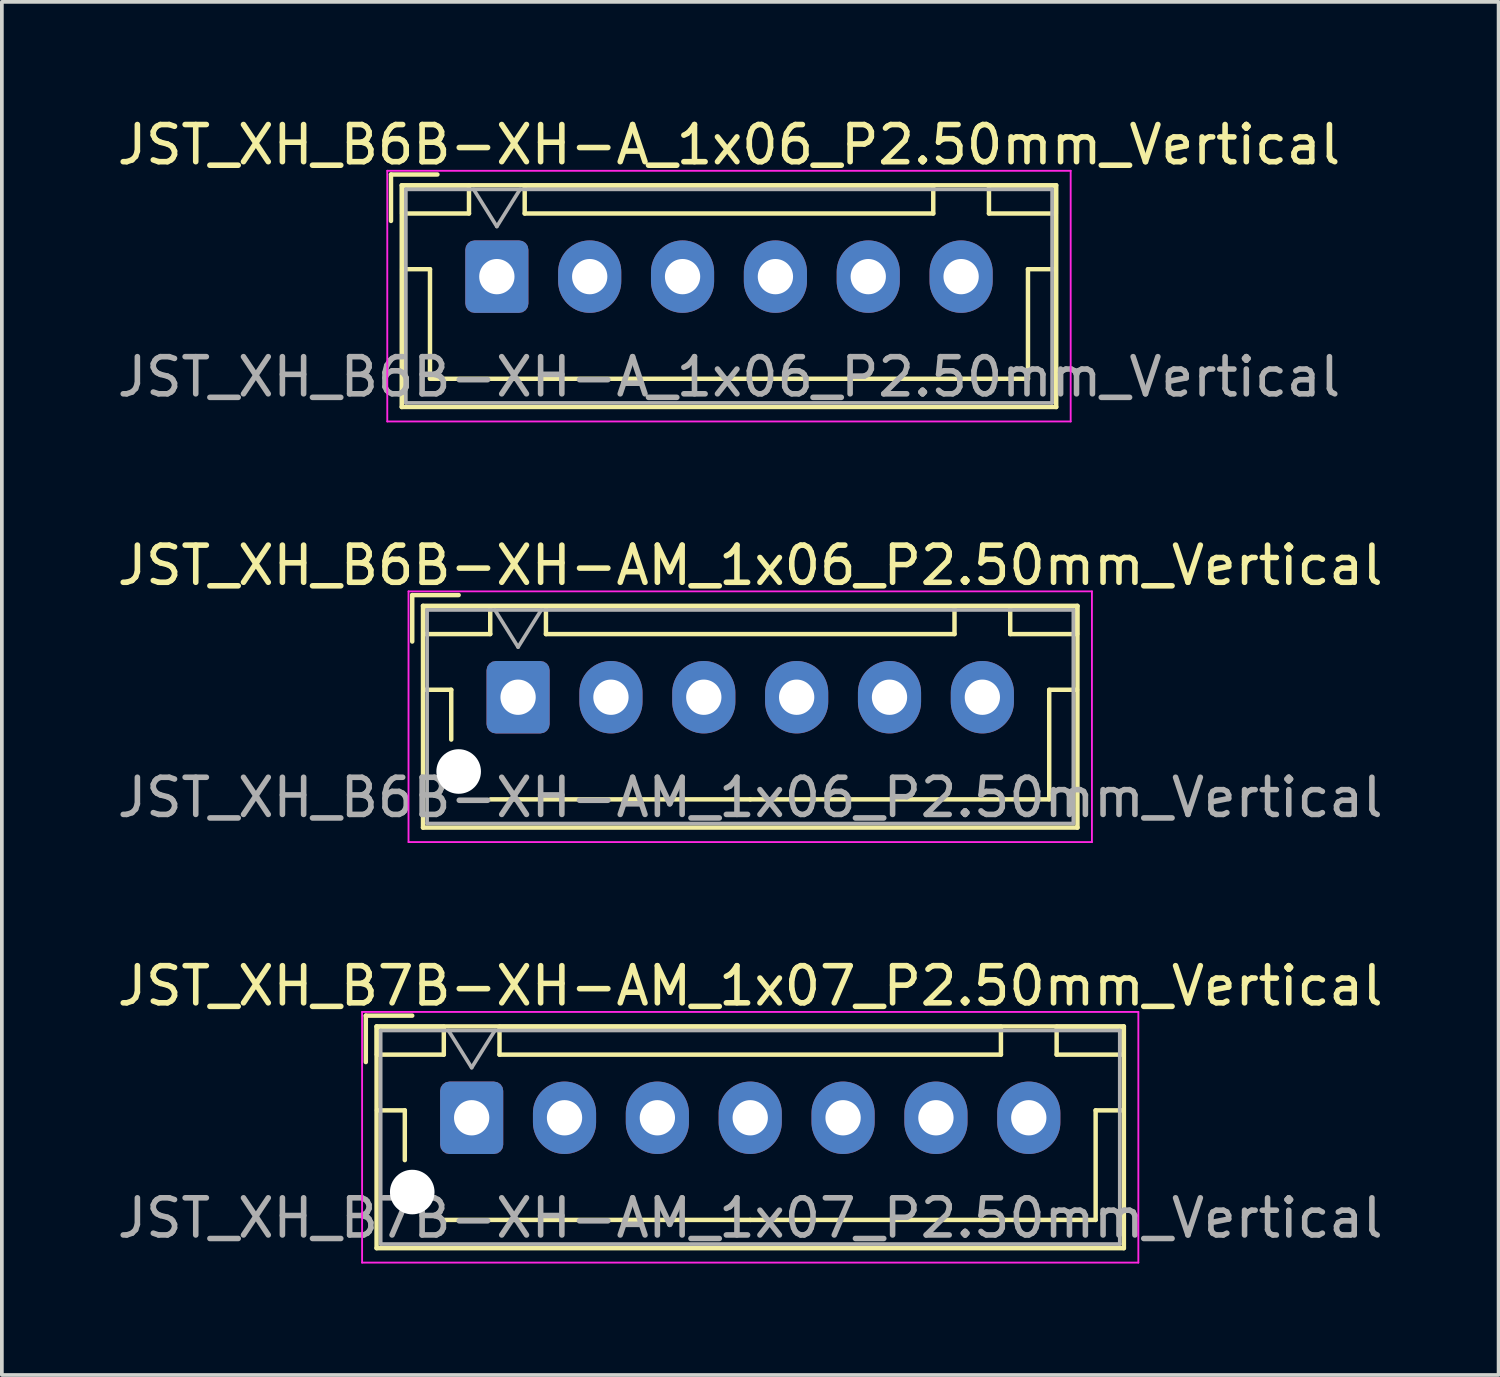
<source format=kicad_pcb>
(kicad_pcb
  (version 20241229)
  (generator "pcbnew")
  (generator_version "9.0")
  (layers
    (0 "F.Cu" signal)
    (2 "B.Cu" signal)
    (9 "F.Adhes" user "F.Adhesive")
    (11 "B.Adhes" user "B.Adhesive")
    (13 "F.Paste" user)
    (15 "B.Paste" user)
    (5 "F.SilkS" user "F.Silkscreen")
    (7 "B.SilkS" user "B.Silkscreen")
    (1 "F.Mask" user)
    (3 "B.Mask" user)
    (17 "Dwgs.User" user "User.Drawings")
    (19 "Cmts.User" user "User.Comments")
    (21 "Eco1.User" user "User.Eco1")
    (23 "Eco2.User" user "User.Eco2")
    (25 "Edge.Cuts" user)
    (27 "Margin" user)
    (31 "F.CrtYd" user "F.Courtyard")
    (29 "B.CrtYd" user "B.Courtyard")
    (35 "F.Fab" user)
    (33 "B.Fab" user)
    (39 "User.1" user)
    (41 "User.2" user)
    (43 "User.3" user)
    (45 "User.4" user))
  (footprint "JST_XH_B7B-XH-AM_1x07_P2.50mm_Vertical"
    (layer "F.Cu")
    (at 9.649 27.045)
    (property "Reference" "JST_XH_B7B-XH-AM_1x07_P2.50mm_Vertical" (at 7.5 -3.55 0) (layer "F.SilkS") (effects (font (size 1 1) (thickness 0.15))))
    (attr through_hole)
    (fp_line (start -2.85 -2.75) (end -2.85 -1.5) (stroke (width 0.12) (type solid)) (layer "F.SilkS"))
    (fp_line (start -2.56 -2.46) (end -2.56 3.51) (stroke (width 0.12) (type solid)) (layer "F.SilkS"))
    (fp_line (start -2.56 3.51) (end 17.56 3.51) (stroke (width 0.12) (type solid)) (layer "F.SilkS"))
    (fp_line (start -2.55 -2.45) (end -2.55 -1.7) (stroke (width 0.12) (type solid)) (layer "F.SilkS"))
    (fp_line (start -2.55 -1.7) (end -0.75 -1.7) (stroke (width 0.12) (type solid)) (layer "F.SilkS"))
    (fp_line (start -2.55 -0.2) (end -1.8 -0.2) (stroke (width 0.12) (type solid)) (layer "F.SilkS"))
    (fp_line (start -1.8 -0.2) (end -1.8 1.14) (stroke (width 0.12) (type solid)) (layer "F.SilkS"))
    (fp_line (start -1.6 -2.75) (end -2.85 -2.75) (stroke (width 0.12) (type solid)) (layer "F.SilkS"))
    (fp_line (start -0.75 -2.45) (end -2.55 -2.45) (stroke (width 0.12) (type solid)) (layer "F.SilkS"))
    (fp_line (start -0.75 -1.7) (end -0.75 -2.45) (stroke (width 0.12) (type solid)) (layer "F.SilkS"))
    (fp_line (start 0.75 -2.45) (end 0.75 -1.7) (stroke (width 0.12) (type solid)) (layer "F.SilkS"))
    (fp_line (start 0.75 -1.7) (end 14.25 -1.7) (stroke (width 0.12) (type solid)) (layer "F.SilkS"))
    (fp_line (start 7.5 2.75) (end -0.74 2.75) (stroke (width 0.12) (type solid)) (layer "F.SilkS"))
    (fp_line (start 14.25 -2.45) (end 0.75 -2.45) (stroke (width 0.12) (type solid)) (layer "F.SilkS"))
    (fp_line (start 14.25 -1.7) (end 14.25 -2.45) (stroke (width 0.12) (type solid)) (layer "F.SilkS"))
    (fp_line (start 15.75 -2.45) (end 15.75 -1.7) (stroke (width 0.12) (type solid)) (layer "F.SilkS"))
    (fp_line (start 15.75 -1.7) (end 17.55 -1.7) (stroke (width 0.12) (type solid)) (layer "F.SilkS"))
    (fp_line (start 16.8 -0.2) (end 16.8 2.75) (stroke (width 0.12) (type solid)) (layer "F.SilkS"))
    (fp_line (start 16.8 2.75) (end 7.5 2.75) (stroke (width 0.12) (type solid)) (layer "F.SilkS"))
    (fp_line (start 17.55 -2.45) (end 15.75 -2.45) (stroke (width 0.12) (type solid)) (layer "F.SilkS"))
    (fp_line (start 17.55 -1.7) (end 17.55 -2.45) (stroke (width 0.12) (type solid)) (layer "F.SilkS"))
    (fp_line (start 17.55 -0.2) (end 16.8 -0.2) (stroke (width 0.12) (type solid)) (layer "F.SilkS"))
    (fp_line (start 17.56 -2.46) (end -2.56 -2.46) (stroke (width 0.12) (type solid)) (layer "F.SilkS"))
    (fp_line (start 17.56 3.51) (end 17.56 -2.46) (stroke (width 0.12) (type solid)) (layer "F.SilkS"))
    (fp_line (start -2.95 -2.85) (end -2.95 3.9) (stroke (width 0.05) (type solid)) (layer "F.CrtYd"))
    (fp_line (start -2.95 3.9) (end 17.95 3.9) (stroke (width 0.05) (type solid)) (layer "F.CrtYd"))
    (fp_line (start 17.95 -2.85) (end -2.95 -2.85) (stroke (width 0.05) (type solid)) (layer "F.CrtYd"))
    (fp_line (start 17.95 3.9) (end 17.95 -2.85) (stroke (width 0.05) (type solid)) (layer "F.CrtYd"))
    (fp_line (start -2.45 -2.35) (end -2.45 3.4) (stroke (width 0.1) (type solid)) (layer "F.Fab"))
    (fp_line (start -2.45 3.4) (end 17.45 3.4) (stroke (width 0.1) (type solid)) (layer "F.Fab"))
    (fp_line (start -0.625 -2.35) (end 0 -1.35) (stroke (width 0.1) (type solid)) (layer "F.Fab"))
    (fp_line (start 0 -1.35) (end 0.625 -2.35) (stroke (width 0.1) (type solid)) (layer "F.Fab"))
    (fp_line (start 17.45 -2.35) (end -2.45 -2.35) (stroke (width 0.1) (type solid)) (layer "F.Fab"))
    (fp_line (start 17.45 3.4) (end 17.45 -2.35) (stroke (width 0.1) (type solid)) (layer "F.Fab"))
    (fp_text user "${REFERENCE}" (at 7.5 2.7 0) (layer "F.Fab") (effects (font (size 1 1) (thickness 0.15))))
    (pad "" np_thru_hole circle (at -1.6 2) (size 1.2 1.2) (drill 1.2) (layers "*.Cu" "*.Mask"))
    (pad "1" thru_hole roundrect (at 0 0) (size 1.7 1.95) (drill 0.95) (layers "*.Cu" "*.Mask") (roundrect_rratio 0.147))
    (pad "2" thru_hole oval (at 2.5 0) (size 1.7 1.95) (drill 0.95) (layers "*.Cu" "*.Mask"))
    (pad "3" thru_hole oval (at 5 0) (size 1.7 1.95) (drill 0.95) (layers "*.Cu" "*.Mask"))
    (pad "4" thru_hole oval (at 7.5 0) (size 1.7 1.95) (drill 0.95) (layers "*.Cu" "*.Mask"))
    (pad "5" thru_hole oval (at 10 0) (size 1.7 1.95) (drill 0.95) (layers "*.Cu" "*.Mask"))
    (pad "6" thru_hole oval (at 12.5 0) (size 1.7 1.95) (drill 0.95) (layers "*.Cu" "*.Mask"))
    (pad "7" thru_hole oval (at 15 0) (size 1.7 1.95) (drill 0.95) (layers "*.Cu" "*.Mask")))
  (footprint "JST_XH_B6B-XH-A_1x06_P2.50mm_Vertical"
    (layer "F.Cu")
    (at 10.327 4.398)
    (property "Reference" "JST_XH_B6B-XH-A_1x06_P2.50mm_Vertical" (at 6.25 -3.55 0) (layer "F.SilkS") (effects (font (size 1 1) (thickness 0.15))))
    (attr through_hole)
    (fp_line (start -2.85 -2.75) (end -2.85 -1.5) (stroke (width 0.12) (type solid)) (layer "F.SilkS"))
    (fp_line (start -2.56 -2.46) (end -2.56 3.51) (stroke (width 0.12) (type solid)) (layer "F.SilkS"))
    (fp_line (start -2.56 3.51) (end 15.06 3.51) (stroke (width 0.12) (type solid)) (layer "F.SilkS"))
    (fp_line (start -2.55 -2.45) (end -2.55 -1.7) (stroke (width 0.12) (type solid)) (layer "F.SilkS"))
    (fp_line (start -2.55 -1.7) (end -0.75 -1.7) (stroke (width 0.12) (type solid)) (layer "F.SilkS"))
    (fp_line (start -2.55 -0.2) (end -1.8 -0.2) (stroke (width 0.12) (type solid)) (layer "F.SilkS"))
    (fp_line (start -1.8 -0.2) (end -1.8 2.75) (stroke (width 0.12) (type solid)) (layer "F.SilkS"))
    (fp_line (start -1.8 2.75) (end 6.25 2.75) (stroke (width 0.12) (type solid)) (layer "F.SilkS"))
    (fp_line (start -1.6 -2.75) (end -2.85 -2.75) (stroke (width 0.12) (type solid)) (layer "F.SilkS"))
    (fp_line (start -0.75 -2.45) (end -2.55 -2.45) (stroke (width 0.12) (type solid)) (layer "F.SilkS"))
    (fp_line (start -0.75 -1.7) (end -0.75 -2.45) (stroke (width 0.12) (type solid)) (layer "F.SilkS"))
    (fp_line (start 0.75 -2.45) (end 0.75 -1.7) (stroke (width 0.12) (type solid)) (layer "F.SilkS"))
    (fp_line (start 0.75 -1.7) (end 11.75 -1.7) (stroke (width 0.12) (type solid)) (layer "F.SilkS"))
    (fp_line (start 11.75 -2.45) (end 0.75 -2.45) (stroke (width 0.12) (type solid)) (layer "F.SilkS"))
    (fp_line (start 11.75 -1.7) (end 11.75 -2.45) (stroke (width 0.12) (type solid)) (layer "F.SilkS"))
    (fp_line (start 13.25 -2.45) (end 13.25 -1.7) (stroke (width 0.12) (type solid)) (layer "F.SilkS"))
    (fp_line (start 13.25 -1.7) (end 15.05 -1.7) (stroke (width 0.12) (type solid)) (layer "F.SilkS"))
    (fp_line (start 14.3 -0.2) (end 14.3 2.75) (stroke (width 0.12) (type solid)) (layer "F.SilkS"))
    (fp_line (start 14.3 2.75) (end 6.25 2.75) (stroke (width 0.12) (type solid)) (layer "F.SilkS"))
    (fp_line (start 15.05 -2.45) (end 13.25 -2.45) (stroke (width 0.12) (type solid)) (layer "F.SilkS"))
    (fp_line (start 15.05 -1.7) (end 15.05 -2.45) (stroke (width 0.12) (type solid)) (layer "F.SilkS"))
    (fp_line (start 15.05 -0.2) (end 14.3 -0.2) (stroke (width 0.12) (type solid)) (layer "F.SilkS"))
    (fp_line (start 15.06 -2.46) (end -2.56 -2.46) (stroke (width 0.12) (type solid)) (layer "F.SilkS"))
    (fp_line (start 15.06 3.51) (end 15.06 -2.46) (stroke (width 0.12) (type solid)) (layer "F.SilkS"))
    (fp_line (start -2.95 -2.85) (end -2.95 3.9) (stroke (width 0.05) (type solid)) (layer "F.CrtYd"))
    (fp_line (start -2.95 3.9) (end 15.45 3.9) (stroke (width 0.05) (type solid)) (layer "F.CrtYd"))
    (fp_line (start 15.45 -2.85) (end -2.95 -2.85) (stroke (width 0.05) (type solid)) (layer "F.CrtYd"))
    (fp_line (start 15.45 3.9) (end 15.45 -2.85) (stroke (width 0.05) (type solid)) (layer "F.CrtYd"))
    (fp_line (start -2.45 -2.35) (end -2.45 3.4) (stroke (width 0.1) (type solid)) (layer "F.Fab"))
    (fp_line (start -2.45 3.4) (end 14.95 3.4) (stroke (width 0.1) (type solid)) (layer "F.Fab"))
    (fp_line (start -0.625 -2.35) (end 0 -1.35) (stroke (width 0.1) (type solid)) (layer "F.Fab"))
    (fp_line (start 0 -1.35) (end 0.625 -2.35) (stroke (width 0.1) (type solid)) (layer "F.Fab"))
    (fp_line (start 14.95 -2.35) (end -2.45 -2.35) (stroke (width 0.1) (type solid)) (layer "F.Fab"))
    (fp_line (start 14.95 3.4) (end 14.95 -2.35) (stroke (width 0.1) (type solid)) (layer "F.Fab"))
    (fp_text user "${REFERENCE}" (at 6.25 2.7 0) (layer "F.Fab") (effects (font (size 1 1) (thickness 0.15))))
    (pad "1" thru_hole roundrect (at 0 0) (size 1.7 1.95) (drill 0.95) (layers "*.Cu" "*.Mask") (roundrect_rratio 0.147))
    (pad "2" thru_hole oval (at 2.5 0) (size 1.7 1.95) (drill 0.95) (layers "*.Cu" "*.Mask"))
    (pad "3" thru_hole oval (at 5 0) (size 1.7 1.95) (drill 0.95) (layers "*.Cu" "*.Mask"))
    (pad "4" thru_hole oval (at 7.5 0) (size 1.7 1.95) (drill 0.95) (layers "*.Cu" "*.Mask"))
    (pad "5" thru_hole oval (at 10 0) (size 1.7 1.95) (drill 0.95) (layers "*.Cu" "*.Mask"))
    (pad "6" thru_hole oval (at 12.5 0) (size 1.7 1.95) (drill 0.95) (layers "*.Cu" "*.Mask")))
  (footprint "JST_XH_B6B-XH-AM_1x06_P2.50mm_Vertical"
    (layer "F.Cu")
    (at 10.899 15.722)
    (property "Reference" "JST_XH_B6B-XH-AM_1x06_P2.50mm_Vertical" (at 6.25 -3.55 0) (layer "F.SilkS") (effects (font (size 1 1) (thickness 0.15))))
    (attr through_hole)
    (fp_line (start -2.85 -2.75) (end -2.85 -1.5) (stroke (width 0.12) (type solid)) (layer "F.SilkS"))
    (fp_line (start -2.56 -2.46) (end -2.56 3.51) (stroke (width 0.12) (type solid)) (layer "F.SilkS"))
    (fp_line (start -2.56 3.51) (end 15.06 3.51) (stroke (width 0.12) (type solid)) (layer "F.SilkS"))
    (fp_line (start -2.55 -2.45) (end -2.55 -1.7) (stroke (width 0.12) (type solid)) (layer "F.SilkS"))
    (fp_line (start -2.55 -1.7) (end -0.75 -1.7) (stroke (width 0.12) (type solid)) (layer "F.SilkS"))
    (fp_line (start -2.55 -0.2) (end -1.8 -0.2) (stroke (width 0.12) (type solid)) (layer "F.SilkS"))
    (fp_line (start -1.8 -0.2) (end -1.8 1.14) (stroke (width 0.12) (type solid)) (layer "F.SilkS"))
    (fp_line (start -1.6 -2.75) (end -2.85 -2.75) (stroke (width 0.12) (type solid)) (layer "F.SilkS"))
    (fp_line (start -0.75 -2.45) (end -2.55 -2.45) (stroke (width 0.12) (type solid)) (layer "F.SilkS"))
    (fp_line (start -0.75 -1.7) (end -0.75 -2.45) (stroke (width 0.12) (type solid)) (layer "F.SilkS"))
    (fp_line (start 0.75 -2.45) (end 0.75 -1.7) (stroke (width 0.12) (type solid)) (layer "F.SilkS"))
    (fp_line (start 0.75 -1.7) (end 11.75 -1.7) (stroke (width 0.12) (type solid)) (layer "F.SilkS"))
    (fp_line (start 6.25 2.75) (end -0.74 2.75) (stroke (width 0.12) (type solid)) (layer "F.SilkS"))
    (fp_line (start 11.75 -2.45) (end 0.75 -2.45) (stroke (width 0.12) (type solid)) (layer "F.SilkS"))
    (fp_line (start 11.75 -1.7) (end 11.75 -2.45) (stroke (width 0.12) (type solid)) (layer "F.SilkS"))
    (fp_line (start 13.25 -2.45) (end 13.25 -1.7) (stroke (width 0.12) (type solid)) (layer "F.SilkS"))
    (fp_line (start 13.25 -1.7) (end 15.05 -1.7) (stroke (width 0.12) (type solid)) (layer "F.SilkS"))
    (fp_line (start 14.3 -0.2) (end 14.3 2.75) (stroke (width 0.12) (type solid)) (layer "F.SilkS"))
    (fp_line (start 14.3 2.75) (end 6.25 2.75) (stroke (width 0.12) (type solid)) (layer "F.SilkS"))
    (fp_line (start 15.05 -2.45) (end 13.25 -2.45) (stroke (width 0.12) (type solid)) (layer "F.SilkS"))
    (fp_line (start 15.05 -1.7) (end 15.05 -2.45) (stroke (width 0.12) (type solid)) (layer "F.SilkS"))
    (fp_line (start 15.05 -0.2) (end 14.3 -0.2) (stroke (width 0.12) (type solid)) (layer "F.SilkS"))
    (fp_line (start 15.06 -2.46) (end -2.56 -2.46) (stroke (width 0.12) (type solid)) (layer "F.SilkS"))
    (fp_line (start 15.06 3.51) (end 15.06 -2.46) (stroke (width 0.12) (type solid)) (layer "F.SilkS"))
    (fp_line (start -2.95 -2.85) (end -2.95 3.9) (stroke (width 0.05) (type solid)) (layer "F.CrtYd"))
    (fp_line (start -2.95 3.9) (end 15.45 3.9) (stroke (width 0.05) (type solid)) (layer "F.CrtYd"))
    (fp_line (start 15.45 -2.85) (end -2.95 -2.85) (stroke (width 0.05) (type solid)) (layer "F.CrtYd"))
    (fp_line (start 15.45 3.9) (end 15.45 -2.85) (stroke (width 0.05) (type solid)) (layer "F.CrtYd"))
    (fp_line (start -2.45 -2.35) (end -2.45 3.4) (stroke (width 0.1) (type solid)) (layer "F.Fab"))
    (fp_line (start -2.45 3.4) (end 14.95 3.4) (stroke (width 0.1) (type solid)) (layer "F.Fab"))
    (fp_line (start -0.625 -2.35) (end 0 -1.35) (stroke (width 0.1) (type solid)) (layer "F.Fab"))
    (fp_line (start 0 -1.35) (end 0.625 -2.35) (stroke (width 0.1) (type solid)) (layer "F.Fab"))
    (fp_line (start 14.95 -2.35) (end -2.45 -2.35) (stroke (width 0.1) (type solid)) (layer "F.Fab"))
    (fp_line (start 14.95 3.4) (end 14.95 -2.35) (stroke (width 0.1) (type solid)) (layer "F.Fab"))
    (fp_text user "${REFERENCE}" (at 6.25 2.7 0) (layer "F.Fab") (effects (font (size 1 1) (thickness 0.15))))
    (pad "" np_thru_hole circle (at -1.6 2) (size 1.2 1.2) (drill 1.2) (layers "*.Cu" "*.Mask"))
    (pad "1" thru_hole roundrect (at 0 0) (size 1.7 1.95) (drill 0.95) (layers "*.Cu" "*.Mask") (roundrect_rratio 0.147))
    (pad "2" thru_hole oval (at 2.5 0) (size 1.7 1.95) (drill 0.95) (layers "*.Cu" "*.Mask"))
    (pad "3" thru_hole oval (at 5 0) (size 1.7 1.95) (drill 0.95) (layers "*.Cu" "*.Mask"))
    (pad "4" thru_hole oval (at 7.5 0) (size 1.7 1.95) (drill 0.95) (layers "*.Cu" "*.Mask"))
    (pad "5" thru_hole oval (at 10 0) (size 1.7 1.95) (drill 0.95) (layers "*.Cu" "*.Mask"))
    (pad "6" thru_hole oval (at 12.5 0) (size 1.7 1.95) (drill 0.95) (layers "*.Cu" "*.Mask")))
  (gr_rect
    (start -3 -3)
    (end 37.298 33.97)
    (stroke (width 0.1) (type default))
    (fill no)
    (layer "Edge.Cuts")))
</source>
